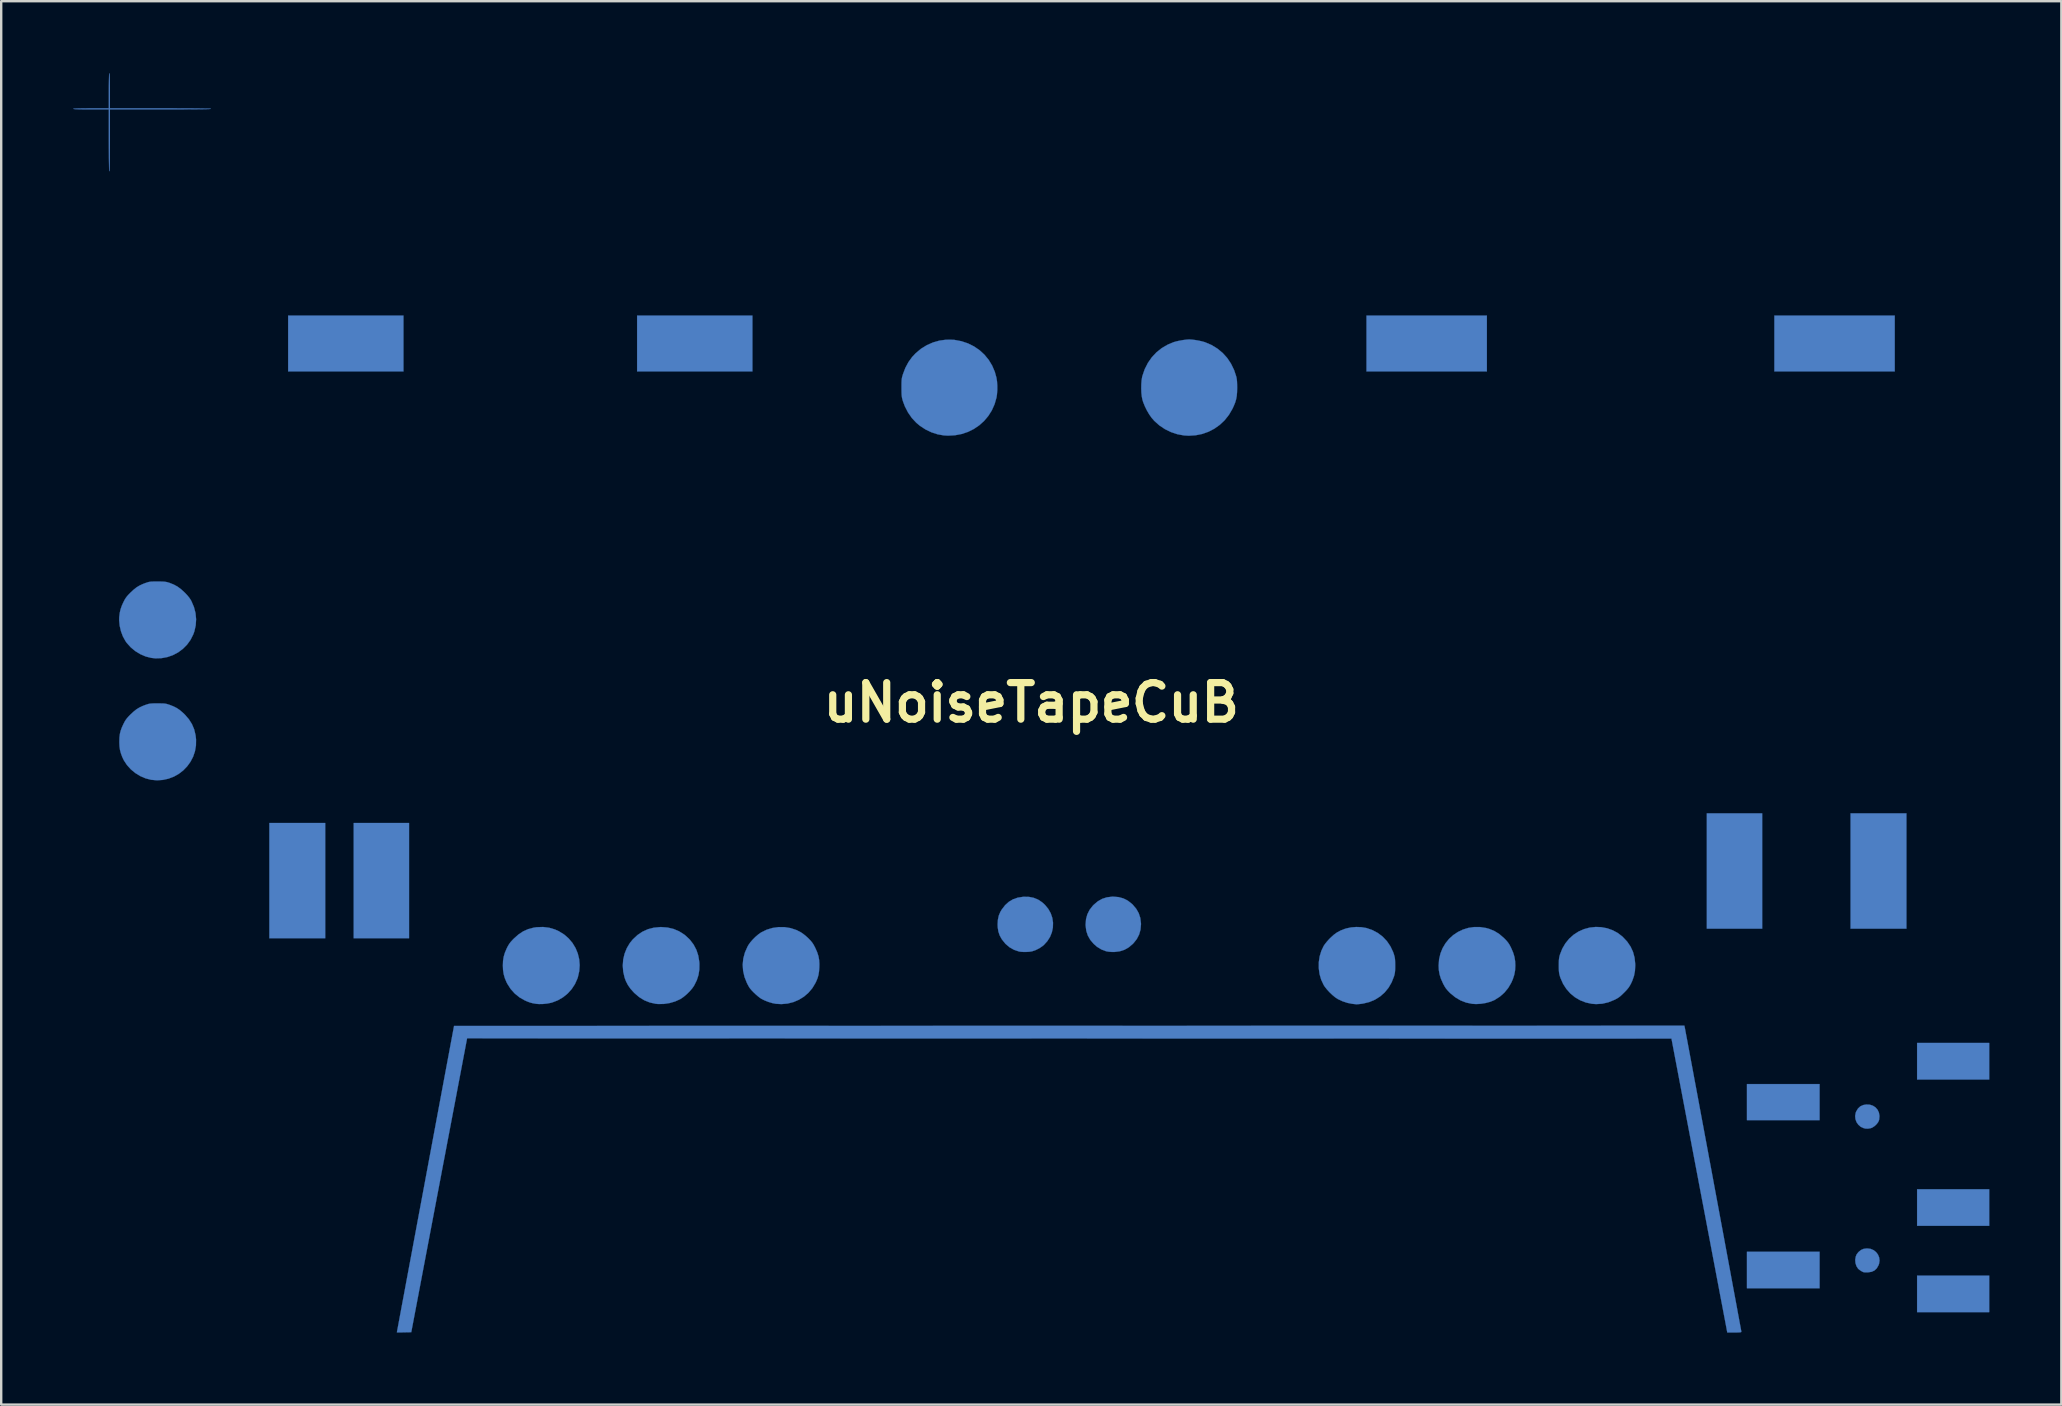
<source format=kicad_pcb>
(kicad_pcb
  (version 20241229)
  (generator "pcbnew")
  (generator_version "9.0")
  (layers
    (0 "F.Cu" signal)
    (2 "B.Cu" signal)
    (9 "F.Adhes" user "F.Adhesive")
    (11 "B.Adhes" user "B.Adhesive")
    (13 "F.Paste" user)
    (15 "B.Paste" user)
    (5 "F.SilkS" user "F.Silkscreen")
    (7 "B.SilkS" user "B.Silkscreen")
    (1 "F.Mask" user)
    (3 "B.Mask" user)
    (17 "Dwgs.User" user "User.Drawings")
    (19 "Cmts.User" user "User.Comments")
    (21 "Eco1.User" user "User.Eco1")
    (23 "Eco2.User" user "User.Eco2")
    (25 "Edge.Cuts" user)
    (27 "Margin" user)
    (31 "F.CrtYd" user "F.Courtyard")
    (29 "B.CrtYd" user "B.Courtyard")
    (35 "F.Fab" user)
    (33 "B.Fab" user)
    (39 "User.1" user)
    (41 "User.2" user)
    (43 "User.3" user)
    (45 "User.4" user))
  (footprint "uNoiseTapeCuB"
    (layer "F.Cu")
    (at 39.925 26.23)
    (property "Reference" "uNoiseTapeCuB" (at 0 0 0) (layer "F.SilkS") (effects (font (size 1.524 1.524) (thickness 0.3))))
    (attr through_hole)
    (fp_poly (pts (xy -29.422 9.821) (xy -31.75 9.821) (xy -31.75 5.016) (xy -29.422 5.016) (xy -29.422 9.821)) (stroke (width 0.01) (type solid)) (fill yes) (layer "B.Cu"))
    (fp_poly (pts (xy -26.162 -13.801) (xy -30.967 -13.801) (xy -30.967 -16.129) (xy -26.162 -16.129) (xy -26.162 -13.801)) (stroke (width 0.01) (type solid)) (fill yes) (layer "B.Cu"))
    (fp_poly (pts (xy -25.929 9.821) (xy -28.236 9.821) (xy -28.236 5.016) (xy -25.929 5.016) (xy -25.929 9.821)) (stroke (width 0.01) (type solid)) (fill yes) (layer "B.Cu"))
    (fp_poly (pts (xy -11.62 -13.801) (xy -16.425 -13.801) (xy -16.425 -16.129) (xy -11.62 -16.129) (xy -11.62 -13.801)) (stroke (width 0.01) (type solid)) (fill yes) (layer "B.Cu"))
    (fp_poly (pts (xy 18.986 -13.801) (xy 13.97 -13.801) (xy 13.97 -16.129) (xy 18.986 -16.129) (xy 18.986 -13.801)) (stroke (width 0.01) (type solid)) (fill yes) (layer "B.Cu"))
    (fp_poly (pts (xy 30.459 9.419) (xy 28.152 9.419) (xy 28.152 4.614) (xy 30.459 4.614) (xy 30.459 9.419)) (stroke (width 0.01) (type solid)) (fill yes) (layer "B.Cu"))
    (fp_poly (pts (xy 32.851 17.399) (xy 29.824 17.399) (xy 29.824 15.896) (xy 32.851 15.896) (xy 32.851 17.399)) (stroke (width 0.01) (type solid)) (fill yes) (layer "B.Cu"))
    (fp_poly (pts (xy 32.851 24.405) (xy 29.824 24.405) (xy 29.824 22.881) (xy 32.851 22.881) (xy 32.851 24.405)) (stroke (width 0.01) (type solid)) (fill yes) (layer "B.Cu"))
    (fp_poly (pts (xy 35.983 -13.801) (xy 30.967 -13.801) (xy 30.967 -16.129) (xy 35.983 -16.129) (xy 35.983 -13.801)) (stroke (width 0.01) (type solid)) (fill yes) (layer "B.Cu"))
    (fp_poly (pts (xy 36.47 9.419) (xy 34.142 9.419) (xy 34.142 4.614) (xy 36.47 4.614) (xy 36.47 9.419)) (stroke (width 0.01) (type solid)) (fill yes) (layer "B.Cu"))
    (fp_poly (pts (xy 39.92 15.706) (xy 36.915 15.706) (xy 36.915 14.182) (xy 39.92 14.182) (xy 39.92 15.706)) (stroke (width 0.01) (type solid)) (fill yes) (layer "B.Cu"))
    (fp_poly (pts (xy 39.92 21.802) (xy 36.915 21.802) (xy 36.915 20.278) (xy 39.92 20.278) (xy 39.92 21.802)) (stroke (width 0.01) (type solid)) (fill yes) (layer "B.Cu"))
    (fp_poly (pts (xy 39.92 25.4) (xy 36.915 25.4) (xy 36.915 23.876) (xy 39.92 23.876) (xy 39.92 25.4)) (stroke (width 0.01) (type solid)) (fill yes) (layer "B.Cu"))
    (fp_poly (pts (xy 34.941 16.754) (xy 35.072 16.796) (xy 35.183 16.869) (xy 35.268 16.967) (xy 35.324 17.087) (xy 35.347 17.224) (xy 35.334 17.373) (xy 35.325 17.41) (xy 35.286 17.492) (xy 35.218 17.577) (xy 35.133 17.654) (xy 35.042 17.712) (xy 34.983 17.734) (xy 34.867 17.754) (xy 34.764 17.75) (xy 34.693 17.734) (xy 34.568 17.678) (xy 34.467 17.591) (xy 34.391 17.482) (xy 34.346 17.357) (xy 34.333 17.224) (xy 34.357 17.09) (xy 34.376 17.04) (xy 34.452 16.914) (xy 34.549 16.824) (xy 34.671 16.769) (xy 34.791 16.748) (xy 34.941 16.754)) (stroke (width 0.01) (type solid)) (fill yes) (layer "B.Cu"))
    (fp_poly (pts (xy 34.981 22.764) (xy 35.104 22.817) (xy 35.206 22.898) (xy 35.284 23.001) (xy 35.333 23.12) (xy 35.35 23.249) (xy 35.33 23.383) (xy 35.304 23.452) (xy 35.231 23.577) (xy 35.138 23.664) (xy 35.022 23.718) (xy 34.88 23.74) (xy 34.872 23.741) (xy 34.791 23.742) (xy 34.723 23.74) (xy 34.683 23.735) (xy 34.625 23.709) (xy 34.554 23.666) (xy 34.488 23.618) (xy 34.455 23.587) (xy 34.388 23.483) (xy 34.347 23.357) (xy 34.337 23.224) (xy 34.338 23.21) (xy 34.357 23.088) (xy 34.397 22.99) (xy 34.465 22.903) (xy 34.482 22.886) (xy 34.582 22.807) (xy 34.689 22.762) (xy 34.818 22.745) (xy 34.84 22.745) (xy 34.981 22.764)) (stroke (width 0.01) (type solid)) (fill yes) (layer "B.Cu"))
    (fp_poly (pts (xy 3.639 8.104) (xy 3.84 8.159) (xy 4.025 8.253) (xy 4.195 8.386) (xy 4.23 8.42) (xy 4.375 8.592) (xy 4.479 8.776) (xy 4.544 8.975) (xy 4.571 9.191) (xy 4.572 9.239) (xy 4.553 9.459) (xy 4.496 9.661) (xy 4.4 9.848) (xy 4.264 10.021) (xy 4.233 10.053) (xy 4.066 10.196) (xy 3.885 10.299) (xy 3.687 10.363) (xy 3.471 10.39) (xy 3.405 10.391) (xy 3.305 10.387) (xy 3.205 10.376) (xy 3.124 10.362) (xy 3.117 10.36) (xy 2.919 10.285) (xy 2.736 10.172) (xy 2.603 10.055) (xy 2.46 9.887) (xy 2.357 9.706) (xy 2.293 9.51) (xy 2.266 9.295) (xy 2.265 9.239) (xy 2.283 9.019) (xy 2.338 8.819) (xy 2.431 8.635) (xy 2.564 8.464) (xy 2.603 8.424) (xy 2.771 8.281) (xy 2.952 8.178) (xy 3.148 8.114) (xy 3.363 8.087) (xy 3.418 8.086) (xy 3.639 8.104)) (stroke (width 0.01) (type solid)) (fill yes) (layer "B.Cu"))
    (fp_poly (pts (xy -0.089 8.096) (xy 0.106 8.135) (xy 0.285 8.209) (xy 0.452 8.32) (xy 0.57 8.427) (xy 0.708 8.594) (xy 0.811 8.777) (xy 0.877 8.971) (xy 0.907 9.171) (xy 0.901 9.373) (xy 0.859 9.572) (xy 0.782 9.763) (xy 0.67 9.94) (xy 0.524 10.1) (xy 0.485 10.133) (xy 0.353 10.226) (xy 0.201 10.304) (xy 0.049 10.359) (xy 0.004 10.369) (xy -0.092 10.383) (xy -0.209 10.389) (xy -0.33 10.389) (xy -0.439 10.382) (xy -0.51 10.371) (xy -0.721 10.3) (xy -0.909 10.193) (xy -1.076 10.05) (xy -1.219 9.872) (xy -1.231 9.855) (xy -1.316 9.701) (xy -1.37 9.542) (xy -1.397 9.366) (xy -1.402 9.239) (xy -1.39 9.046) (xy -1.354 8.877) (xy -1.289 8.722) (xy -1.231 8.624) (xy -1.092 8.443) (xy -0.936 8.301) (xy -0.761 8.196) (xy -0.564 8.127) (xy -0.345 8.093) (xy -0.307 8.091) (xy -0.089 8.096)) (stroke (width 0.01) (type solid)) (fill yes) (layer "B.Cu"))
    (fp_poly (pts (xy -15.155 9.373) (xy -14.908 9.431) (xy -14.676 9.529) (xy -14.461 9.665) (xy -14.415 9.701) (xy -14.225 9.88) (xy -14.072 10.081) (xy -13.955 10.302) (xy -13.876 10.543) (xy -13.834 10.804) (xy -13.829 10.88) (xy -13.832 11.124) (xy -13.867 11.349) (xy -13.936 11.564) (xy -14.043 11.78) (xy -14.058 11.806) (xy -14.135 11.916) (xy -14.239 12.035) (xy -14.358 12.152) (xy -14.483 12.258) (xy -14.602 12.341) (xy -14.626 12.355) (xy -14.839 12.452) (xy -15.073 12.52) (xy -15.316 12.557) (xy -15.556 12.559) (xy -15.65 12.55) (xy -15.896 12.496) (xy -16.126 12.404) (xy -16.341 12.271) (xy -16.541 12.1) (xy -16.552 12.088) (xy -16.697 11.928) (xy -16.808 11.77) (xy -16.893 11.605) (xy -16.946 11.462) (xy -17.004 11.21) (xy -17.023 10.957) (xy -17.004 10.705) (xy -16.947 10.461) (xy -16.853 10.228) (xy -16.724 10.013) (xy -16.601 9.863) (xy -16.409 9.684) (xy -16.2 9.544) (xy -15.974 9.442) (xy -15.73 9.379) (xy -15.467 9.354) (xy -15.42 9.353) (xy -15.155 9.373)) (stroke (width 0.01) (type solid)) (fill yes) (layer "B.Cu"))
    (fp_poly (pts (xy -20.091 9.381) (xy -19.848 9.453) (xy -19.685 9.527) (xy -19.466 9.663) (xy -19.277 9.828) (xy -19.118 10.016) (xy -18.991 10.226) (xy -18.898 10.451) (xy -18.84 10.689) (xy -18.819 10.936) (xy -18.836 11.188) (xy -18.893 11.44) (xy -18.913 11.5) (xy -19.015 11.728) (xy -19.151 11.936) (xy -19.318 12.121) (xy -19.511 12.278) (xy -19.726 12.404) (xy -19.958 12.494) (xy -20.013 12.509) (xy -20.172 12.54) (xy -20.345 12.558) (xy -20.511 12.561) (xy -20.629 12.552) (xy -20.765 12.529) (xy -20.885 12.498) (xy -21.006 12.453) (xy -21.114 12.405) (xy -21.33 12.281) (xy -21.525 12.122) (xy -21.694 11.934) (xy -21.832 11.719) (xy -21.865 11.656) (xy -21.938 11.482) (xy -21.986 11.314) (xy -22.012 11.136) (xy -22.019 10.954) (xy -22.012 10.761) (xy -21.986 10.593) (xy -21.939 10.431) (xy -21.867 10.26) (xy -21.85 10.223) (xy -21.799 10.126) (xy -21.749 10.046) (xy -21.691 9.97) (xy -21.615 9.887) (xy -21.559 9.83) (xy -21.369 9.661) (xy -21.173 9.531) (xy -20.965 9.438) (xy -20.738 9.378) (xy -20.608 9.359) (xy -20.344 9.35) (xy -20.091 9.381)) (stroke (width 0.01) (type solid)) (fill yes) (layer "B.Cu"))
    (fp_poly (pts (xy 18.703 9.353) (xy 18.954 9.392) (xy 19.082 9.428) (xy 19.298 9.516) (xy 19.501 9.642) (xy 19.695 9.807) (xy 19.72 9.833) (xy 19.806 9.922) (xy 19.87 10) (xy 19.923 10.08) (xy 19.976 10.179) (xy 19.999 10.226) (xy 20.081 10.416) (xy 20.135 10.594) (xy 20.164 10.773) (xy 20.172 10.954) (xy 20.162 11.156) (xy 20.128 11.341) (xy 20.068 11.525) (xy 20.003 11.673) (xy 19.875 11.891) (xy 19.715 12.086) (xy 19.526 12.253) (xy 19.314 12.388) (xy 19.29 12.401) (xy 19.125 12.467) (xy 18.935 12.518) (xy 18.733 12.55) (xy 18.534 12.561) (xy 18.373 12.551) (xy 18.123 12.5) (xy 17.887 12.408) (xy 17.666 12.277) (xy 17.461 12.109) (xy 17.43 12.078) (xy 17.345 11.988) (xy 17.28 11.909) (xy 17.226 11.826) (xy 17.17 11.723) (xy 17.151 11.684) (xy 17.068 11.496) (xy 17.014 11.32) (xy 16.984 11.143) (xy 16.976 10.954) (xy 16.995 10.696) (xy 17.052 10.454) (xy 17.142 10.23) (xy 17.264 10.026) (xy 17.412 9.844) (xy 17.585 9.687) (xy 17.779 9.557) (xy 17.991 9.456) (xy 18.218 9.387) (xy 18.456 9.352) (xy 18.703 9.353)) (stroke (width 0.01) (type solid)) (fill yes) (layer "B.Cu"))
    (fp_poly (pts (xy -3.262 -15.121) (xy -3.195 -15.115) (xy -2.906 -15.06) (xy -2.635 -14.969) (xy -2.383 -14.843) (xy -2.154 -14.686) (xy -1.951 -14.499) (xy -1.775 -14.285) (xy -1.63 -14.046) (xy -1.519 -13.786) (xy -1.45 -13.536) (xy -1.427 -13.383) (xy -1.416 -13.206) (xy -1.416 -13.021) (xy -1.429 -12.846) (xy -1.449 -12.713) (xy -1.528 -12.437) (xy -1.642 -12.181) (xy -1.789 -11.948) (xy -1.964 -11.74) (xy -2.166 -11.558) (xy -2.391 -11.405) (xy -2.636 -11.283) (xy -2.899 -11.195) (xy -3.176 -11.142) (xy -3.464 -11.126) (xy -3.643 -11.136) (xy -3.902 -11.181) (xy -4.16 -11.265) (xy -4.408 -11.384) (xy -4.638 -11.535) (xy -4.789 -11.661) (xy -4.976 -11.861) (xy -5.136 -12.091) (xy -5.266 -12.343) (xy -5.348 -12.562) (xy -5.369 -12.636) (xy -5.385 -12.699) (xy -5.395 -12.763) (xy -5.402 -12.835) (xy -5.405 -12.926) (xy -5.407 -13.046) (xy -5.407 -13.123) (xy -5.407 -13.26) (xy -5.405 -13.363) (xy -5.401 -13.443) (xy -5.394 -13.508) (xy -5.382 -13.567) (xy -5.364 -13.63) (xy -5.348 -13.684) (xy -5.246 -13.953) (xy -5.118 -14.191) (xy -4.962 -14.406) (xy -4.812 -14.565) (xy -4.593 -14.748) (xy -4.351 -14.897) (xy -4.093 -15.01) (xy -3.822 -15.087) (xy -3.544 -15.124) (xy -3.262 -15.121)) (stroke (width 0.01) (type solid)) (fill yes) (layer "B.Cu"))
    (fp_poly (pts (xy 23.749 9.357) (xy 23.998 9.403) (xy 24.235 9.488) (xy 24.454 9.608) (xy 24.65 9.762) (xy 24.651 9.764) (xy 24.833 9.958) (xy 24.974 10.166) (xy 25.077 10.388) (xy 25.141 10.628) (xy 25.168 10.887) (xy 25.169 10.954) (xy 25.157 11.18) (xy 25.118 11.386) (xy 25.048 11.587) (xy 24.994 11.705) (xy 24.946 11.793) (xy 24.896 11.871) (xy 24.834 11.948) (xy 24.753 12.036) (xy 24.702 12.087) (xy 24.61 12.177) (xy 24.535 12.244) (xy 24.466 12.295) (xy 24.391 12.34) (xy 24.3 12.387) (xy 24.299 12.387) (xy 24.048 12.488) (xy 23.794 12.547) (xy 23.539 12.563) (xy 23.361 12.55) (xy 23.109 12.496) (xy 22.874 12.404) (xy 22.658 12.278) (xy 22.465 12.119) (xy 22.299 11.931) (xy 22.161 11.717) (xy 22.055 11.478) (xy 22.032 11.409) (xy 22.011 11.335) (xy 21.997 11.264) (xy 21.988 11.185) (xy 21.984 11.088) (xy 21.983 10.96) (xy 21.983 10.954) (xy 21.984 10.824) (xy 21.988 10.725) (xy 21.997 10.646) (xy 22.01 10.576) (xy 22.031 10.502) (xy 22.032 10.499) (xy 22.129 10.253) (xy 22.257 10.033) (xy 22.415 9.839) (xy 22.599 9.674) (xy 22.805 9.54) (xy 23.03 9.44) (xy 23.271 9.375) (xy 23.525 9.348) (xy 23.749 9.357)) (stroke (width 0.01) (type solid)) (fill yes) (layer "B.Cu"))
    (fp_poly (pts (xy -10.278 9.356) (xy -10.031 9.396) (xy -9.792 9.474) (xy -9.604 9.569) (xy -9.512 9.631) (xy -9.407 9.714) (xy -9.305 9.806) (xy -9.278 9.833) (xy -9.192 9.922) (xy -9.128 10) (xy -9.075 10.081) (xy -9.022 10.179) (xy -8.999 10.226) (xy -8.921 10.402) (xy -8.869 10.562) (xy -8.84 10.721) (xy -8.83 10.893) (xy -8.833 11.036) (xy -8.845 11.205) (xy -8.868 11.348) (xy -8.905 11.48) (xy -8.961 11.615) (xy -8.993 11.682) (xy -9.124 11.9) (xy -9.286 12.091) (xy -9.473 12.252) (xy -9.683 12.382) (xy -9.911 12.479) (xy -10.154 12.54) (xy -10.408 12.563) (xy -10.637 12.551) (xy -10.787 12.522) (xy -10.952 12.473) (xy -11.114 12.409) (xy -11.253 12.339) (xy -11.319 12.293) (xy -11.403 12.227) (xy -11.492 12.149) (xy -11.56 12.085) (xy -11.645 11.998) (xy -11.709 11.924) (xy -11.76 11.852) (xy -11.808 11.766) (xy -11.85 11.683) (xy -11.95 11.431) (xy -12.008 11.175) (xy -12.025 10.919) (xy -12 10.665) (xy -11.933 10.414) (xy -11.825 10.17) (xy -11.787 10.102) (xy -11.711 9.994) (xy -11.609 9.876) (xy -11.493 9.76) (xy -11.372 9.657) (xy -11.26 9.578) (xy -11.25 9.572) (xy -11.021 9.461) (xy -10.779 9.389) (xy -10.53 9.354) (xy -10.278 9.356)) (stroke (width 0.01) (type solid)) (fill yes) (layer "B.Cu"))
    (fp_poly (pts (xy -36.407 -5.047) (xy -36.277 -5.046) (xy -36.179 -5.043) (xy -36.103 -5.037) (xy -36.04 -5.027) (xy -35.978 -5.012) (xy -35.909 -4.99) (xy -35.735 -4.921) (xy -35.579 -4.836) (xy -35.43 -4.726) (xy -35.277 -4.585) (xy -35.274 -4.583) (xy -35.169 -4.472) (xy -35.09 -4.375) (xy -35.026 -4.279) (xy -34.995 -4.223) (xy -34.892 -3.981) (xy -34.827 -3.73) (xy -34.803 -3.475) (xy -34.819 -3.22) (xy -34.875 -2.97) (xy -34.921 -2.842) (xy -35.035 -2.616) (xy -35.181 -2.415) (xy -35.355 -2.24) (xy -35.552 -2.094) (xy -35.769 -1.979) (xy -36.002 -1.898) (xy -36.245 -1.853) (xy -36.496 -1.845) (xy -36.676 -1.865) (xy -36.907 -1.924) (xy -37.131 -2.021) (xy -37.342 -2.15) (xy -37.531 -2.308) (xy -37.694 -2.49) (xy -37.751 -2.572) (xy -37.856 -2.764) (xy -37.936 -2.98) (xy -37.988 -3.206) (xy -38.01 -3.431) (xy -38.006 -3.567) (xy -37.985 -3.739) (xy -37.95 -3.894) (xy -37.895 -4.049) (xy -37.83 -4.191) (xy -37.781 -4.287) (xy -37.733 -4.364) (xy -37.678 -4.437) (xy -37.606 -4.516) (xy -37.54 -4.583) (xy -37.408 -4.706) (xy -37.287 -4.802) (xy -37.162 -4.878) (xy -37.023 -4.943) (xy -36.92 -4.982) (xy -36.847 -5.007) (xy -36.787 -5.025) (xy -36.728 -5.036) (xy -36.663 -5.043) (xy -36.579 -5.046) (xy -36.468 -5.047) (xy -36.407 -5.047)) (stroke (width 0.01) (type solid)) (fill yes) (layer "B.Cu"))
    (fp_poly (pts (xy -36.28 0.033) (xy -36.185 0.035) (xy -36.112 0.04) (xy -36.052 0.05) (xy -35.993 0.065) (xy -35.926 0.087) (xy -35.893 0.098) (xy -35.737 0.16) (xy -35.604 0.228) (xy -35.482 0.311) (xy -35.358 0.417) (xy -35.274 0.497) (xy -35.105 0.691) (xy -34.975 0.897) (xy -34.882 1.118) (xy -34.825 1.359) (xy -34.805 1.535) (xy -34.809 1.786) (xy -34.85 2.027) (xy -34.927 2.254) (xy -35.037 2.464) (xy -35.175 2.655) (xy -35.338 2.824) (xy -35.525 2.968) (xy -35.731 3.084) (xy -35.954 3.169) (xy -36.19 3.221) (xy -36.436 3.237) (xy -36.679 3.215) (xy -36.909 3.156) (xy -37.13 3.061) (xy -37.337 2.934) (xy -37.524 2.779) (xy -37.685 2.6) (xy -37.815 2.403) (xy -37.882 2.262) (xy -37.938 2.109) (xy -37.975 1.97) (xy -37.995 1.827) (xy -38.002 1.664) (xy -38.002 1.619) (xy -37.997 1.451) (xy -37.98 1.307) (xy -37.948 1.174) (xy -37.897 1.035) (xy -37.83 0.889) (xy -37.781 0.793) (xy -37.733 0.716) (xy -37.678 0.643) (xy -37.606 0.564) (xy -37.54 0.497) (xy -37.408 0.374) (xy -37.287 0.278) (xy -37.162 0.202) (xy -37.023 0.137) (xy -36.92 0.098) (xy -36.847 0.073) (xy -36.786 0.055) (xy -36.728 0.043) (xy -36.661 0.037) (xy -36.577 0.033) (xy -36.465 0.032) (xy -36.407 0.032) (xy -36.28 0.033)) (stroke (width 0.01) (type solid)) (fill yes) (layer "B.Cu"))
    (fp_poly (pts (xy 6.694 -15.128) (xy 6.83 -15.111) (xy 6.975 -15.086) (xy 7.113 -15.055) (xy 7.229 -15.023) (xy 7.24 -15.019) (xy 7.512 -14.903) (xy 7.757 -14.753) (xy 7.976 -14.572) (xy 8.166 -14.362) (xy 8.325 -14.123) (xy 8.453 -13.859) (xy 8.535 -13.613) (xy 8.554 -13.538) (xy 8.566 -13.461) (xy 8.574 -13.374) (xy 8.578 -13.266) (xy 8.58 -13.126) (xy 8.58 -13.123) (xy 8.576 -12.938) (xy 8.563 -12.783) (xy 8.538 -12.644) (xy 8.499 -12.51) (xy 8.442 -12.369) (xy 8.382 -12.24) (xy 8.236 -11.991) (xy 8.061 -11.77) (xy 7.858 -11.578) (xy 7.632 -11.417) (xy 7.386 -11.289) (xy 7.124 -11.196) (xy 6.849 -11.141) (xy 6.564 -11.123) (xy 6.364 -11.135) (xy 6.089 -11.185) (xy 5.822 -11.274) (xy 5.569 -11.398) (xy 5.336 -11.554) (xy 5.129 -11.739) (xy 5.019 -11.865) (xy 4.918 -12.007) (xy 4.819 -12.175) (xy 4.731 -12.355) (xy 4.661 -12.53) (xy 4.632 -12.626) (xy 4.606 -12.758) (xy 4.589 -12.918) (xy 4.583 -13.092) (xy 4.586 -13.268) (xy 4.598 -13.433) (xy 4.621 -13.574) (xy 4.631 -13.613) (xy 4.729 -13.899) (xy 4.862 -14.16) (xy 5.026 -14.394) (xy 5.22 -14.601) (xy 5.442 -14.777) (xy 5.692 -14.922) (xy 5.926 -15.019) (xy 6.038 -15.052) (xy 6.174 -15.082) (xy 6.319 -15.108) (xy 6.457 -15.126) (xy 6.572 -15.134) (xy 6.583 -15.134) (xy 6.694 -15.128)) (stroke (width 0.01) (type solid)) (fill yes) (layer "B.Cu"))
    (fp_poly (pts (xy 13.759 9.358) (xy 13.957 9.391) (xy 13.974 9.395) (xy 14.221 9.481) (xy 14.447 9.602) (xy 14.648 9.756) (xy 14.822 9.941) (xy 14.966 10.153) (xy 15.079 10.39) (xy 15.116 10.499) (xy 15.137 10.572) (xy 15.151 10.642) (xy 15.16 10.72) (xy 15.164 10.816) (xy 15.166 10.942) (xy 15.166 10.954) (xy 15.165 11.083) (xy 15.161 11.18) (xy 15.152 11.259) (xy 15.139 11.328) (xy 15.119 11.401) (xy 15.116 11.408) (xy 15.017 11.659) (xy 14.886 11.884) (xy 14.725 12.08) (xy 14.537 12.245) (xy 14.324 12.378) (xy 14.089 12.477) (xy 13.832 12.54) (xy 13.759 12.551) (xy 13.673 12.561) (xy 13.601 12.568) (xy 13.555 12.57) (xy 13.547 12.57) (xy 13.511 12.567) (xy 13.446 12.559) (xy 13.367 12.55) (xy 13.367 12.55) (xy 13.174 12.512) (xy 12.972 12.445) (xy 12.778 12.355) (xy 12.77 12.35) (xy 12.665 12.28) (xy 12.548 12.184) (xy 12.43 12.071) (xy 12.32 11.951) (xy 12.229 11.835) (xy 12.186 11.768) (xy 12.083 11.55) (xy 12.014 11.314) (xy 11.981 11.068) (xy 11.982 10.819) (xy 12.018 10.574) (xy 12.09 10.339) (xy 12.186 10.139) (xy 12.238 10.062) (xy 12.312 9.969) (xy 12.399 9.871) (xy 12.457 9.811) (xy 12.602 9.678) (xy 12.742 9.576) (xy 12.892 9.496) (xy 13.063 9.43) (xy 13.134 9.408) (xy 13.331 9.367) (xy 13.544 9.35) (xy 13.759 9.358)) (stroke (width 0.01) (type solid)) (fill yes) (layer "B.Cu"))
    (fp_poly (pts (xy -38.411 -26.205) (xy -38.406 -26.142) (xy -38.402 -26.04) (xy -38.399 -25.899) (xy -38.397 -25.72) (xy -38.396 -25.505) (xy -38.396 -25.495) (xy -38.396 -24.765) (xy -36.29 -24.765) (xy -35.896 -24.765) (xy -35.542 -24.764) (xy -35.229 -24.763) (xy -34.956 -24.762) (xy -34.724 -24.76) (xy -34.533 -24.757) (xy -34.383 -24.755) (xy -34.275 -24.752) (xy -34.209 -24.748) (xy -34.184 -24.744) (xy -34.184 -24.744) (xy -34.205 -24.74) (xy -34.268 -24.736) (xy -34.374 -24.733) (xy -34.52 -24.73) (xy -34.708 -24.728) (xy -34.937 -24.726) (xy -35.207 -24.725) (xy -35.518 -24.724) (xy -35.868 -24.723) (xy -36.259 -24.723) (xy -36.29 -24.723) (xy -38.396 -24.723) (xy -38.396 -23.431) (xy -38.397 -23.131) (xy -38.398 -22.869) (xy -38.399 -22.646) (xy -38.402 -22.463) (xy -38.405 -22.321) (xy -38.409 -22.219) (xy -38.413 -22.159) (xy -38.417 -22.14) (xy -38.422 -22.161) (xy -38.427 -22.224) (xy -38.43 -22.329) (xy -38.433 -22.474) (xy -38.436 -22.659) (xy -38.437 -22.884) (xy -38.438 -23.148) (xy -38.439 -23.431) (xy -38.439 -24.723) (xy -39.179 -24.723) (xy -39.398 -24.723) (xy -39.58 -24.725) (xy -39.725 -24.728) (xy -39.83 -24.732) (xy -39.896 -24.737) (xy -39.92 -24.743) (xy -39.92 -24.744) (xy -39.899 -24.75) (xy -39.837 -24.755) (xy -39.735 -24.759) (xy -39.594 -24.762) (xy -39.415 -24.764) (xy -39.199 -24.765) (xy -39.179 -24.765) (xy -38.439 -24.765) (xy -38.439 -25.495) (xy -38.438 -25.712) (xy -38.436 -25.892) (xy -38.433 -26.035) (xy -38.429 -26.139) (xy -38.424 -26.203) (xy -38.418 -26.225) (xy -38.417 -26.226) (xy -38.411 -26.205)) (stroke (width 0.01) (type solid)) (fill yes) (layer "B.Cu"))
    (fp_poly (pts (xy 27.229 13.52) (xy 27.236 13.553) (xy 27.25 13.626) (xy 27.27 13.736) (xy 27.297 13.88) (xy 27.331 14.058) (xy 27.37 14.268) (xy 27.415 14.507) (xy 27.464 14.773) (xy 27.519 15.065) (xy 27.578 15.38) (xy 27.64 15.717) (xy 27.707 16.073) (xy 27.777 16.447) (xy 27.849 16.837) (xy 27.924 17.241) (xy 28.002 17.656) (xy 28.081 18.081) (xy 28.162 18.515) (xy 28.243 18.954) (xy 28.326 19.397) (xy 28.409 19.842) (xy 28.491 20.287) (xy 28.574 20.731) (xy 28.656 21.171) (xy 28.736 21.605) (xy 28.816 22.031) (xy 28.893 22.447) (xy 28.968 22.852) (xy 29.041 23.244) (xy 29.111 23.62) (xy 29.177 23.979) (xy 29.24 24.318) (xy 29.299 24.635) (xy 29.354 24.93) (xy 29.404 25.199) (xy 29.448 25.441) (xy 29.488 25.654) (xy 29.521 25.836) (xy 29.549 25.985) (xy 29.57 26.098) (xy 29.584 26.175) (xy 29.59 26.213) (xy 29.591 26.217) (xy 29.584 26.229) (xy 29.558 26.238) (xy 29.508 26.243) (xy 29.427 26.246) (xy 29.311 26.247) (xy 29.298 26.247) (xy 29.004 26.247) (xy 28.958 25.998) (xy 28.95 25.956) (xy 28.934 25.875) (xy 28.912 25.755) (xy 28.882 25.599) (xy 28.846 25.409) (xy 28.804 25.186) (xy 28.755 24.931) (xy 28.701 24.648) (xy 28.642 24.336) (xy 28.578 23.999) (xy 28.51 23.638) (xy 28.437 23.255) (xy 28.36 22.85) (xy 28.28 22.428) (xy 28.196 21.988) (xy 28.11 21.532) (xy 28.021 21.063) (xy 27.929 20.583) (xy 27.836 20.092) (xy 27.795 19.875) (xy 26.679 14.002) (xy -23.511 13.991) (xy -23.568 14.293) (xy -23.577 14.339) (xy -23.593 14.425) (xy -23.616 14.549) (xy -23.647 14.709) (xy -23.684 14.904) (xy -23.727 15.132) (xy -23.776 15.39) (xy -23.831 15.678) (xy -23.891 15.993) (xy -23.955 16.333) (xy -24.024 16.697) (xy -24.098 17.083) (xy -24.175 17.49) (xy -24.256 17.915) (xy -24.34 18.356) (xy -24.426 18.812) (xy -24.516 19.282) (xy -24.607 19.763) (xy -24.7 20.253) (xy -24.731 20.415) (xy -25.837 26.236) (xy -26.137 26.242) (xy -26.244 26.244) (xy -26.334 26.244) (xy -26.4 26.244) (xy -26.434 26.243) (xy -26.436 26.242) (xy -26.432 26.221) (xy -26.421 26.16) (xy -26.402 26.06) (xy -26.377 25.924) (xy -26.345 25.753) (xy -26.307 25.547) (xy -26.263 25.31) (xy -26.213 25.042) (xy -26.157 24.746) (xy -26.097 24.422) (xy -26.032 24.072) (xy -25.962 23.699) (xy -25.888 23.302) (xy -25.81 22.885) (xy -25.729 22.449) (xy -25.644 21.995) (xy -25.557 21.525) (xy -25.466 21.04) (xy -25.373 20.542) (xy -25.278 20.033) (xy -25.245 19.854) (xy -24.054 13.473) (xy 1.581 13.467) (xy 27.217 13.462) (xy 27.229 13.52)) (stroke (width 0.01) (type solid)) (fill yes) (layer "B.Cu")))
  (gr_rect
    (start -3 -3)
    (end 82.851 55.482)
    (stroke (width 0.1) (type default))
    (fill no)
    (layer "Edge.Cuts")))
</source>
